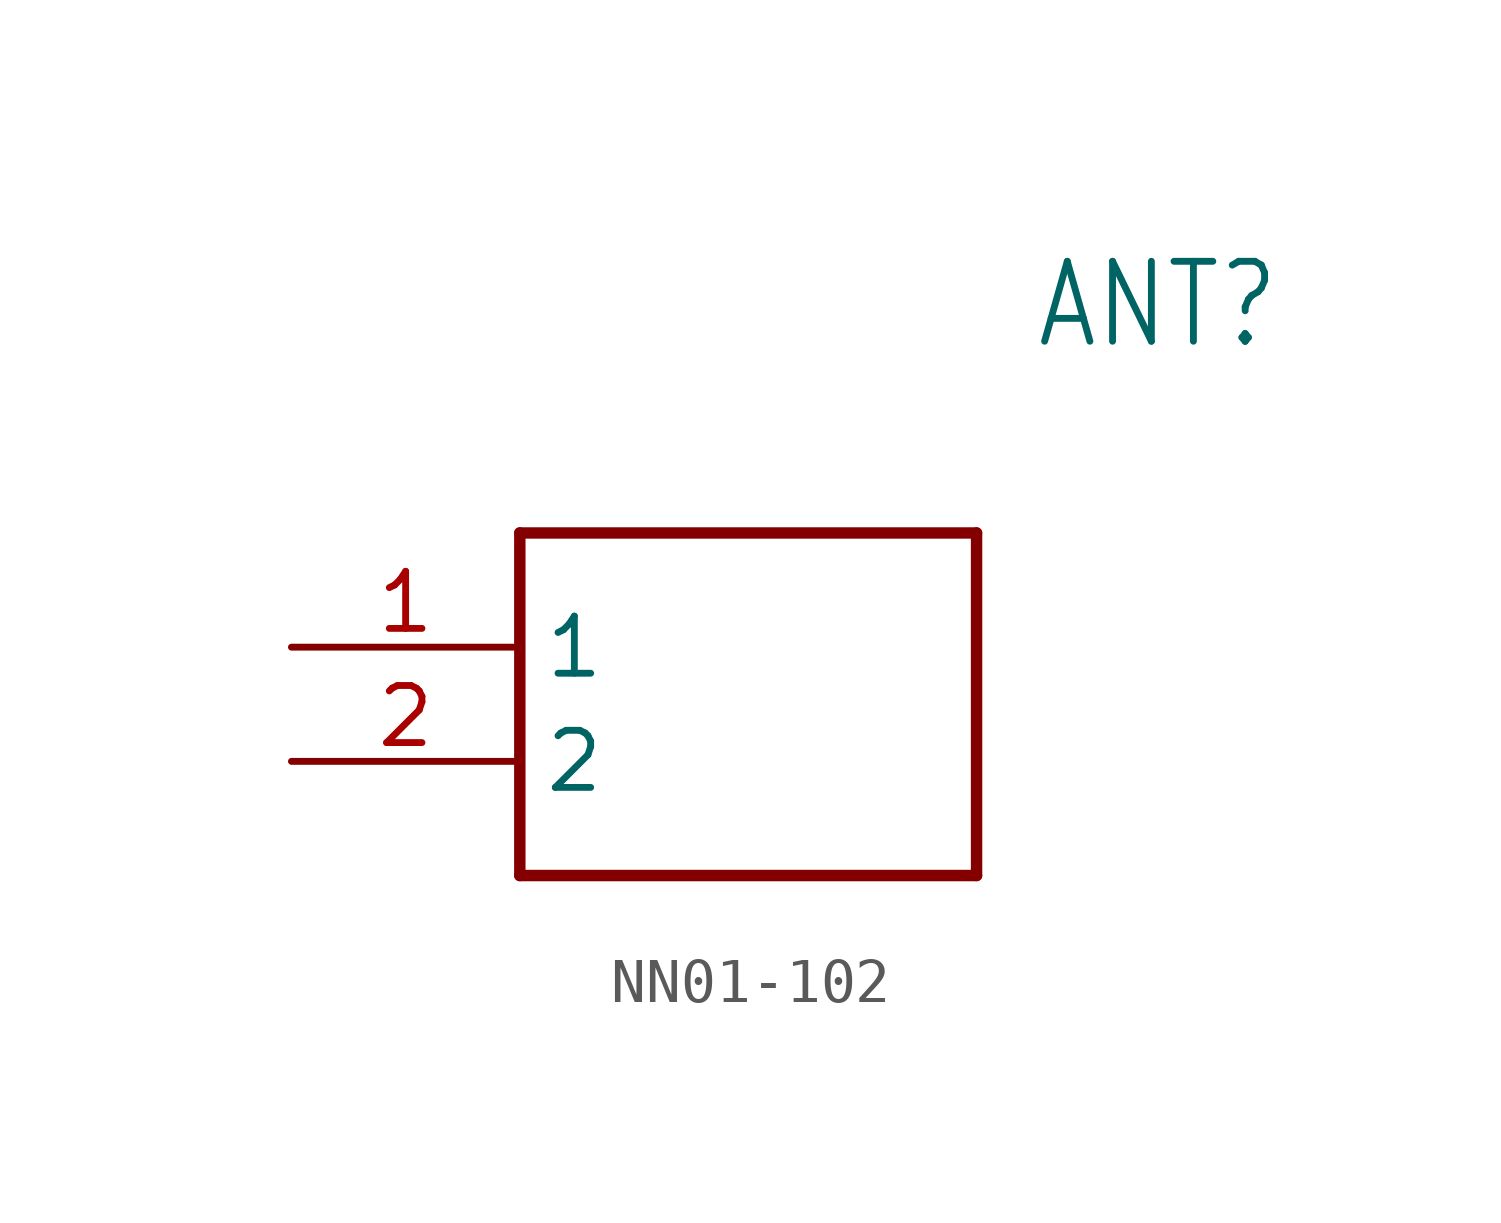
<source format=kicad_sym>
(kicad_symbol_lib
  (version 20220914)
  (generator kicad_symbol_editor)
  (symbol "NN01-102"
    (property "Reference" "ANT"
      (at 16.51 7.62 0)
      (effects (font (size 1.778 1.511)) (justify left)))
    (property "Value" ""
      (at 16.51 5.08 0)
      (effects (font (size 1.778 1.511)) (justify left)))
    (property "ki_locked" ""
      (at 0 0 0)
      (effects (font (size 1.27 1.27))))
    (symbol "NN01-102_1_0"
      (polyline (pts (xy 5.08 2.54) (xy 5.08 -5.08)) (stroke (width 0.254) (type solid)) (fill (type none)))
      (polyline (pts (xy 5.08 2.54) (xy 15.24 2.54)) (stroke (width 0.254) (type solid)) (fill (type none)))
      (polyline (pts (xy 15.24 -5.08) (xy 5.08 -5.08)) (stroke (width 0.254) (type solid)) (fill (type none)))
      (polyline (pts (xy 15.24 -5.08) (xy 15.24 2.54)) (stroke (width 0.254) (type solid)) (fill (type none)))
      (pin bidirectional line (at 0 0 0) (length 5.08) (name "1" (effects (font (size 1.27 1.27)))) (number "1" (effects (font (size 1.27 1.27)))))
      (pin bidirectional line (at 0 -2.54 0) (length 5.08) (name "2" (effects (font (size 1.27 1.27)))) (number "2" (effects (font (size 1.27 1.27))))))))
</source>
